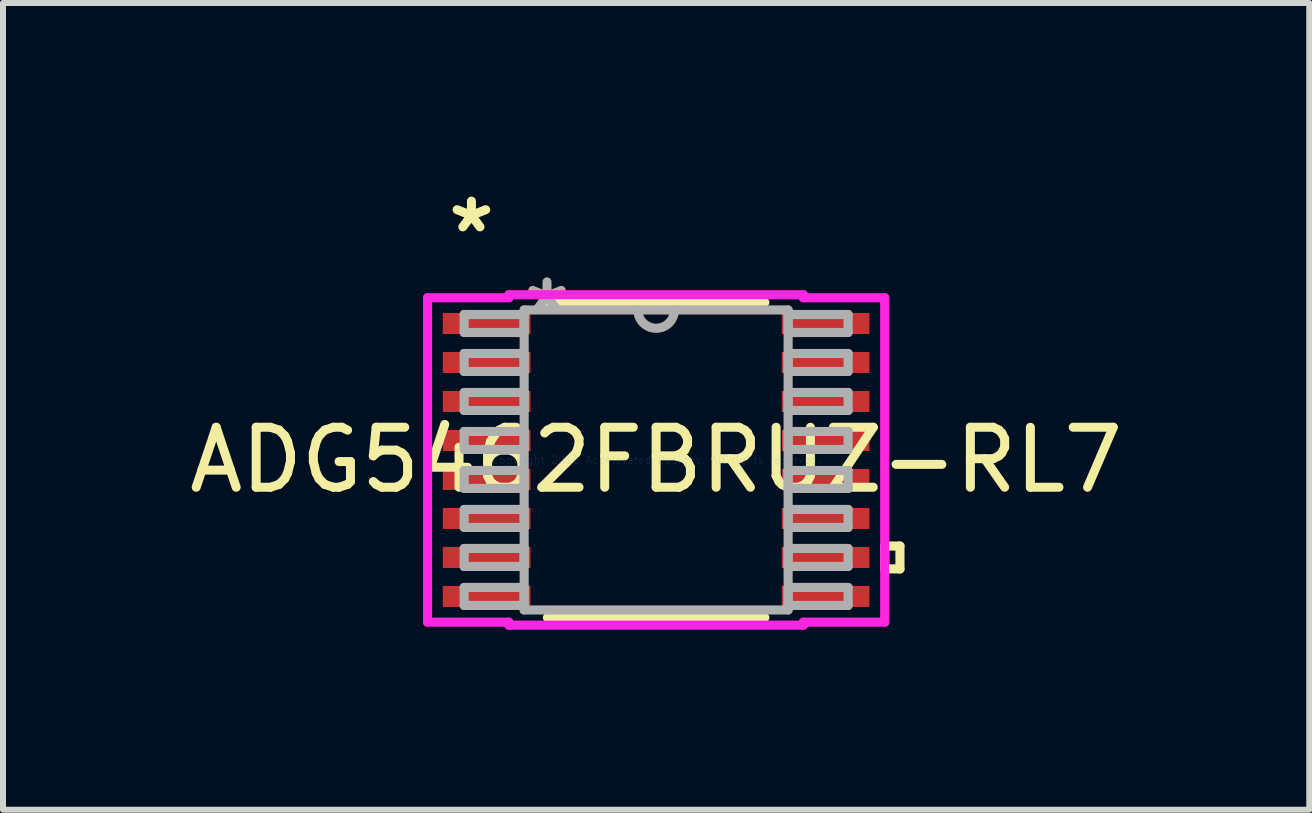
<source format=kicad_pcb>
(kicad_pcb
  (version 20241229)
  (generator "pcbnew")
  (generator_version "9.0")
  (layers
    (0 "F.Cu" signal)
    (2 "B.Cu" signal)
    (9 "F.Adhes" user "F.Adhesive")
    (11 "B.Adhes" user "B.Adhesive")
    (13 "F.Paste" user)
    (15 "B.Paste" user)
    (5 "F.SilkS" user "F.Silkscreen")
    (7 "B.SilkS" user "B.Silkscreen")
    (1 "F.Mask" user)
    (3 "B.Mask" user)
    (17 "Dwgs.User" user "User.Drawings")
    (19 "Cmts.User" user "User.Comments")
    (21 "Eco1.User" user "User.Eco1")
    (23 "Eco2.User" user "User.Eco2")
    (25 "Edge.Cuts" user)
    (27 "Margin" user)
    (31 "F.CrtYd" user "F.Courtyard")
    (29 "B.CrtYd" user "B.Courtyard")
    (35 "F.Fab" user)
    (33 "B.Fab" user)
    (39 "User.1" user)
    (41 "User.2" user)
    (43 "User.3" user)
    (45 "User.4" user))
  (footprint "ADG5462FBRUZ-RL7"
    (layer "F.Cu")
    (at 7.887 4.617)
    (property "Reference" "ADG5462FBRUZ-RL7" (at 0 0 0) (layer "F.SilkS") (effects (font (size 1 1) (thickness 0.15))))
    (attr through_hole)
    (fp_line (start -1.812 2.627) (end 1.812 2.627) (stroke (width 0.152) (type solid)) (layer "F.SilkS"))
    (fp_line (start 1.812 -2.627) (end -1.812 -2.627) (stroke (width 0.152) (type solid)) (layer "F.SilkS"))
    (fp_line (start 3.81 1.435) (end 4.064 1.435) (stroke (width 0.152) (type solid)) (layer "F.SilkS"))
    (fp_line (start 3.81 1.816) (end 3.81 1.435) (stroke (width 0.152) (type solid)) (layer "F.SilkS"))
    (fp_line (start 4.064 1.435) (end 4.064 1.816) (stroke (width 0.152) (type solid)) (layer "F.SilkS"))
    (fp_line (start 4.064 1.816) (end 3.81 1.816) (stroke (width 0.152) (type solid)) (layer "F.SilkS"))
    (fp_line (start -3.81 -2.704) (end -2.454 -2.704) (stroke (width 0.152) (type solid)) (layer "F.CrtYd"))
    (fp_line (start -3.81 2.704) (end -3.81 -2.704) (stroke (width 0.152) (type solid)) (layer "F.CrtYd"))
    (fp_line (start -2.454 -2.754) (end 2.454 -2.754) (stroke (width 0.152) (type solid)) (layer "F.CrtYd"))
    (fp_line (start -2.454 -2.704) (end -2.454 -2.754) (stroke (width 0.152) (type solid)) (layer "F.CrtYd"))
    (fp_line (start -2.454 2.704) (end -3.81 2.704) (stroke (width 0.152) (type solid)) (layer "F.CrtYd"))
    (fp_line (start -2.454 2.754) (end -2.454 2.704) (stroke (width 0.152) (type solid)) (layer "F.CrtYd"))
    (fp_line (start 2.454 -2.754) (end 2.454 -2.704) (stroke (width 0.152) (type solid)) (layer "F.CrtYd"))
    (fp_line (start 2.454 -2.704) (end 3.81 -2.704) (stroke (width 0.152) (type solid)) (layer "F.CrtYd"))
    (fp_line (start 2.454 2.704) (end 2.454 2.754) (stroke (width 0.152) (type solid)) (layer "F.CrtYd"))
    (fp_line (start 2.454 2.754) (end -2.454 2.754) (stroke (width 0.152) (type solid)) (layer "F.CrtYd"))
    (fp_line (start 3.81 -2.704) (end 3.81 2.704) (stroke (width 0.152) (type solid)) (layer "F.CrtYd"))
    (fp_line (start 3.81 2.704) (end 2.454 2.704) (stroke (width 0.152) (type solid)) (layer "F.CrtYd"))
    (fp_line (start -3.2 -2.425) (end -3.2 -2.125) (stroke (width 0.152) (type solid)) (layer "F.Fab"))
    (fp_line (start -3.2 -2.125) (end -2.2 -2.125) (stroke (width 0.152) (type solid)) (layer "F.Fab"))
    (fp_line (start -3.2 -1.775) (end -3.2 -1.475) (stroke (width 0.152) (type solid)) (layer "F.Fab"))
    (fp_line (start -3.2 -1.475) (end -2.2 -1.475) (stroke (width 0.152) (type solid)) (layer "F.Fab"))
    (fp_line (start -3.2 -1.125) (end -3.2 -0.825) (stroke (width 0.152) (type solid)) (layer "F.Fab"))
    (fp_line (start -3.2 -0.825) (end -2.2 -0.825) (stroke (width 0.152) (type solid)) (layer "F.Fab"))
    (fp_line (start -3.2 -0.475) (end -3.2 -0.175) (stroke (width 0.152) (type solid)) (layer "F.Fab"))
    (fp_line (start -3.2 -0.175) (end -2.2 -0.175) (stroke (width 0.152) (type solid)) (layer "F.Fab"))
    (fp_line (start -3.2 0.175) (end -3.2 0.475) (stroke (width 0.152) (type solid)) (layer "F.Fab"))
    (fp_line (start -3.2 0.475) (end -2.2 0.475) (stroke (width 0.152) (type solid)) (layer "F.Fab"))
    (fp_line (start -3.2 0.825) (end -3.2 1.125) (stroke (width 0.152) (type solid)) (layer "F.Fab"))
    (fp_line (start -3.2 1.125) (end -2.2 1.125) (stroke (width 0.152) (type solid)) (layer "F.Fab"))
    (fp_line (start -3.2 1.475) (end -3.2 1.775) (stroke (width 0.152) (type solid)) (layer "F.Fab"))
    (fp_line (start -3.2 1.775) (end -2.2 1.775) (stroke (width 0.152) (type solid)) (layer "F.Fab"))
    (fp_line (start -3.2 2.125) (end -3.2 2.425) (stroke (width 0.152) (type solid)) (layer "F.Fab"))
    (fp_line (start -3.2 2.425) (end -2.2 2.425) (stroke (width 0.152) (type solid)) (layer "F.Fab"))
    (fp_line (start -2.2 -2.5) (end -2.2 2.5) (stroke (width 0.152) (type solid)) (layer "F.Fab"))
    (fp_line (start -2.2 -2.425) (end -3.2 -2.425) (stroke (width 0.152) (type solid)) (layer "F.Fab"))
    (fp_line (start -2.2 -2.125) (end -2.2 -2.425) (stroke (width 0.152) (type solid)) (layer "F.Fab"))
    (fp_line (start -2.2 -1.775) (end -3.2 -1.775) (stroke (width 0.152) (type solid)) (layer "F.Fab"))
    (fp_line (start -2.2 -1.475) (end -2.2 -1.775) (stroke (width 0.152) (type solid)) (layer "F.Fab"))
    (fp_line (start -2.2 -1.125) (end -3.2 -1.125) (stroke (width 0.152) (type solid)) (layer "F.Fab"))
    (fp_line (start -2.2 -0.825) (end -2.2 -1.125) (stroke (width 0.152) (type solid)) (layer "F.Fab"))
    (fp_line (start -2.2 -0.475) (end -3.2 -0.475) (stroke (width 0.152) (type solid)) (layer "F.Fab"))
    (fp_line (start -2.2 -0.175) (end -2.2 -0.475) (stroke (width 0.152) (type solid)) (layer "F.Fab"))
    (fp_line (start -2.2 0.175) (end -3.2 0.175) (stroke (width 0.152) (type solid)) (layer "F.Fab"))
    (fp_line (start -2.2 0.475) (end -2.2 0.175) (stroke (width 0.152) (type solid)) (layer "F.Fab"))
    (fp_line (start -2.2 0.825) (end -3.2 0.825) (stroke (width 0.152) (type solid)) (layer "F.Fab"))
    (fp_line (start -2.2 1.125) (end -2.2 0.825) (stroke (width 0.152) (type solid)) (layer "F.Fab"))
    (fp_line (start -2.2 1.475) (end -3.2 1.475) (stroke (width 0.152) (type solid)) (layer "F.Fab"))
    (fp_line (start -2.2 1.775) (end -2.2 1.475) (stroke (width 0.152) (type solid)) (layer "F.Fab"))
    (fp_line (start -2.2 2.125) (end -3.2 2.125) (stroke (width 0.152) (type solid)) (layer "F.Fab"))
    (fp_line (start -2.2 2.425) (end -2.2 2.125) (stroke (width 0.152) (type solid)) (layer "F.Fab"))
    (fp_line (start -2.2 2.5) (end 2.2 2.5) (stroke (width 0.152) (type solid)) (layer "F.Fab"))
    (fp_line (start 2.2 -2.5) (end -2.2 -2.5) (stroke (width 0.152) (type solid)) (layer "F.Fab"))
    (fp_line (start 2.2 -2.425) (end 2.2 -2.125) (stroke (width 0.152) (type solid)) (layer "F.Fab"))
    (fp_line (start 2.2 -2.125) (end 3.2 -2.125) (stroke (width 0.152) (type solid)) (layer "F.Fab"))
    (fp_line (start 2.2 -1.775) (end 2.2 -1.475) (stroke (width 0.152) (type solid)) (layer "F.Fab"))
    (fp_line (start 2.2 -1.475) (end 3.2 -1.475) (stroke (width 0.152) (type solid)) (layer "F.Fab"))
    (fp_line (start 2.2 -1.125) (end 2.2 -0.825) (stroke (width 0.152) (type solid)) (layer "F.Fab"))
    (fp_line (start 2.2 -0.825) (end 3.2 -0.825) (stroke (width 0.152) (type solid)) (layer "F.Fab"))
    (fp_line (start 2.2 -0.475) (end 2.2 -0.175) (stroke (width 0.152) (type solid)) (layer "F.Fab"))
    (fp_line (start 2.2 -0.175) (end 3.2 -0.175) (stroke (width 0.152) (type solid)) (layer "F.Fab"))
    (fp_line (start 2.2 0.175) (end 2.2 0.475) (stroke (width 0.152) (type solid)) (layer "F.Fab"))
    (fp_line (start 2.2 0.475) (end 3.2 0.475) (stroke (width 0.152) (type solid)) (layer "F.Fab"))
    (fp_line (start 2.2 0.825) (end 2.2 1.125) (stroke (width 0.152) (type solid)) (layer "F.Fab"))
    (fp_line (start 2.2 1.125) (end 3.2 1.125) (stroke (width 0.152) (type solid)) (layer "F.Fab"))
    (fp_line (start 2.2 1.475) (end 2.2 1.775) (stroke (width 0.152) (type solid)) (layer "F.Fab"))
    (fp_line (start 2.2 1.775) (end 3.2 1.775) (stroke (width 0.152) (type solid)) (layer "F.Fab"))
    (fp_line (start 2.2 2.125) (end 2.2 2.425) (stroke (width 0.152) (type solid)) (layer "F.Fab"))
    (fp_line (start 2.2 2.425) (end 3.2 2.425) (stroke (width 0.152) (type solid)) (layer "F.Fab"))
    (fp_line (start 2.2 2.5) (end 2.2 -2.5) (stroke (width 0.152) (type solid)) (layer "F.Fab"))
    (fp_line (start 3.2 -2.425) (end 2.2 -2.425) (stroke (width 0.152) (type solid)) (layer "F.Fab"))
    (fp_line (start 3.2 -2.125) (end 3.2 -2.425) (stroke (width 0.152) (type solid)) (layer "F.Fab"))
    (fp_line (start 3.2 -1.775) (end 2.2 -1.775) (stroke (width 0.152) (type solid)) (layer "F.Fab"))
    (fp_line (start 3.2 -1.475) (end 3.2 -1.775) (stroke (width 0.152) (type solid)) (layer "F.Fab"))
    (fp_line (start 3.2 -1.125) (end 2.2 -1.125) (stroke (width 0.152) (type solid)) (layer "F.Fab"))
    (fp_line (start 3.2 -0.825) (end 3.2 -1.125) (stroke (width 0.152) (type solid)) (layer "F.Fab"))
    (fp_line (start 3.2 -0.475) (end 2.2 -0.475) (stroke (width 0.152) (type solid)) (layer "F.Fab"))
    (fp_line (start 3.2 -0.175) (end 3.2 -0.475) (stroke (width 0.152) (type solid)) (layer "F.Fab"))
    (fp_line (start 3.2 0.175) (end 2.2 0.175) (stroke (width 0.152) (type solid)) (layer "F.Fab"))
    (fp_line (start 3.2 0.475) (end 3.2 0.175) (stroke (width 0.152) (type solid)) (layer "F.Fab"))
    (fp_line (start 3.2 0.825) (end 2.2 0.825) (stroke (width 0.152) (type solid)) (layer "F.Fab"))
    (fp_line (start 3.2 1.125) (end 3.2 0.825) (stroke (width 0.152) (type solid)) (layer "F.Fab"))
    (fp_line (start 3.2 1.475) (end 2.2 1.475) (stroke (width 0.152) (type solid)) (layer "F.Fab"))
    (fp_line (start 3.2 1.775) (end 3.2 1.475) (stroke (width 0.152) (type solid)) (layer "F.Fab"))
    (fp_line (start 3.2 2.125) (end 2.2 2.125) (stroke (width 0.152) (type solid)) (layer "F.Fab"))
    (fp_line (start 3.2 2.425) (end 3.2 2.125) (stroke (width 0.152) (type solid)) (layer "F.Fab"))
    (fp_arc (start 0.3048 -2.5) (mid 0 -2.1952) (end -0.3048 -2.5) (stroke (width 0.1524) (type solid)) (layer "F.Fab"))
    (fp_text user "*" (at -3.079 -3.769 0) (layer "F.SilkS") (effects (font (size 1 1) (thickness 0.15))))
    (fp_text user "Copyright 2016 Accelerated Designs. All rights reserved." (at 0 0 0) (layer "Cmts.User") (effects (font (size 0.127 0.127) (thickness 0.002))))
    (fp_text user "*" (at -1.819 -2.424 0) (layer "F.Fab") (effects (font (size 1 1) (thickness 0.15))))
    (pad "1" smd rect (at -2.825 -2.275) (size 1.461 0.351) (layers "F.Cu" "F.Mask" "F.Paste"))
    (pad "2" smd rect (at -2.825 -1.625) (size 1.461 0.351) (layers "F.Cu" "F.Mask" "F.Paste"))
    (pad "3" smd rect (at -2.825 -0.975) (size 1.461 0.351) (layers "F.Cu" "F.Mask" "F.Paste"))
    (pad "4" smd rect (at -2.825 -0.325) (size 1.461 0.351) (layers "F.Cu" "F.Mask" "F.Paste"))
    (pad "5" smd rect (at -2.825 0.325) (size 1.461 0.351) (layers "F.Cu" "F.Mask" "F.Paste"))
    (pad "6" smd rect (at -2.825 0.975) (size 1.461 0.351) (layers "F.Cu" "F.Mask" "F.Paste"))
    (pad "7" smd rect (at -2.825 1.625) (size 1.461 0.351) (layers "F.Cu" "F.Mask" "F.Paste"))
    (pad "8" smd rect (at -2.825 2.275) (size 1.461 0.351) (layers "F.Cu" "F.Mask" "F.Paste"))
    (pad "9" smd rect (at 2.825 2.275) (size 1.461 0.351) (layers "F.Cu" "F.Mask" "F.Paste"))
    (pad "10" smd rect (at 2.825 1.625) (size 1.461 0.351) (layers "F.Cu" "F.Mask" "F.Paste"))
    (pad "11" smd rect (at 2.825 0.975) (size 1.461 0.351) (layers "F.Cu" "F.Mask" "F.Paste"))
    (pad "12" smd rect (at 2.825 0.325) (size 1.461 0.351) (layers "F.Cu" "F.Mask" "F.Paste"))
    (pad "13" smd rect (at 2.825 -0.325) (size 1.461 0.351) (layers "F.Cu" "F.Mask" "F.Paste"))
    (pad "14" smd rect (at 2.825 -0.975) (size 1.461 0.351) (layers "F.Cu" "F.Mask" "F.Paste"))
    (pad "15" smd rect (at 2.825 -1.625) (size 1.461 0.351) (layers "F.Cu" "F.Mask" "F.Paste"))
    (pad "16" smd rect (at 2.825 -2.275) (size 1.461 0.351) (layers "F.Cu" "F.Mask" "F.Paste")))
  (gr_rect
    (start -3 -3)
    (end 18.774 10.447)
    (stroke (width 0.1) (type default))
    (fill no)
    (layer "Edge.Cuts")))
</source>
